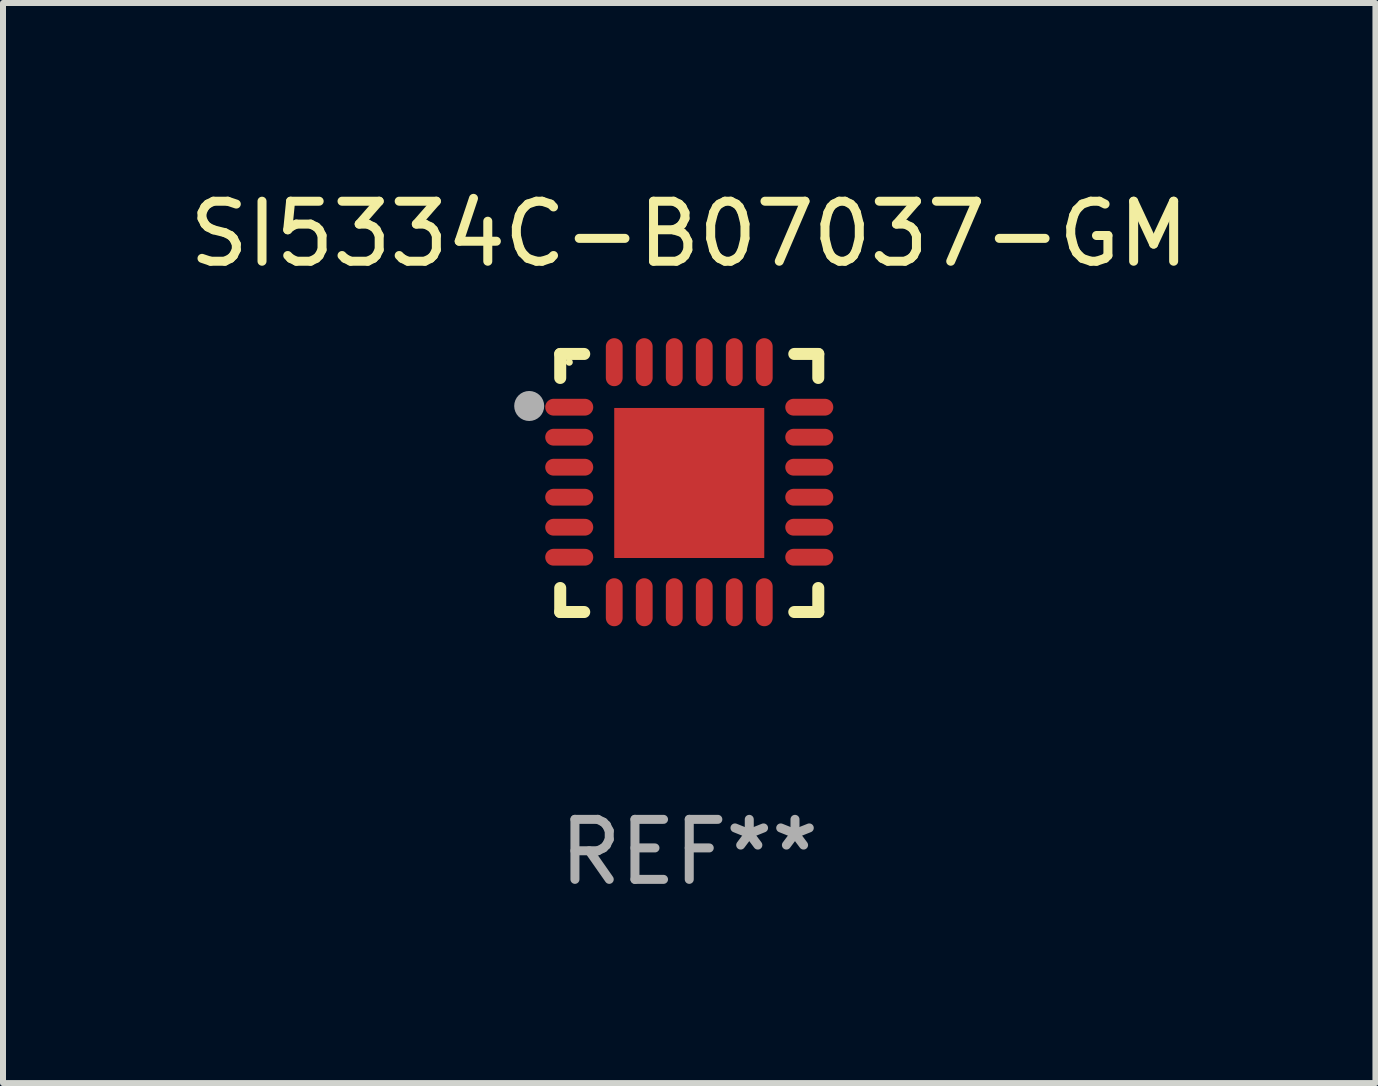
<source format=kicad_pcb>
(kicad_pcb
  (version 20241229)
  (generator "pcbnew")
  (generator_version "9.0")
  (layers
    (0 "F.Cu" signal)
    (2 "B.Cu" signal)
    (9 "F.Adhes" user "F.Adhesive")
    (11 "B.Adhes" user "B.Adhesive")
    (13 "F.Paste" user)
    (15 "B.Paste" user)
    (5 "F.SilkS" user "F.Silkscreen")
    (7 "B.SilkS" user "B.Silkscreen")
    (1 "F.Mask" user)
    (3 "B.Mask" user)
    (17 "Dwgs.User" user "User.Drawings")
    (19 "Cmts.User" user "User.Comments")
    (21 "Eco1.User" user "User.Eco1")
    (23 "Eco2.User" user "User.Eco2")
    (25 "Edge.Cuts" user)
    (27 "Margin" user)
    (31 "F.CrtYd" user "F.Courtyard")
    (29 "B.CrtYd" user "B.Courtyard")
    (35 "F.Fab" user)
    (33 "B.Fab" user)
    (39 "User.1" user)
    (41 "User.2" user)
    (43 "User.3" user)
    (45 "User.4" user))
  (footprint "SI5334C-B07037-GM"
    (layer "F.Cu")
    (at 8.435 4.998)
    (property "Reference" "SI5334C-B07037-GM" (at 0 -4.15 0) (layer "F.SilkS") (effects (font (size 1 1) (thickness 0.15))))
    (attr through_hole)
    (fp_line (start -2.15 -2.15) (end -1.75 -2.15) (stroke (width 0.2) (type solid)) (layer "F.SilkS"))
    (fp_line (start -2.15 -1.75) (end -2.15 -2.15) (stroke (width 0.2) (type solid)) (layer "F.SilkS"))
    (fp_line (start -2.15 2.15) (end -2.15 1.75) (stroke (width 0.2) (type solid)) (layer "F.SilkS"))
    (fp_line (start -1.75 2.15) (end -2.15 2.15) (stroke (width 0.2) (type solid)) (layer "F.SilkS"))
    (fp_line (start 1.75 -2.15) (end 2.15 -2.15) (stroke (width 0.2) (type solid)) (layer "F.SilkS"))
    (fp_line (start 1.75 2.15) (end 2.15 2.15) (stroke (width 0.2) (type solid)) (layer "F.SilkS"))
    (fp_line (start 2.15 -2.15) (end 2.15 -1.75) (stroke (width 0.2) (type solid)) (layer "F.SilkS"))
    (fp_line (start 2.15 2.15) (end 2.15 1.75) (stroke (width 0.2) (type solid)) (layer "F.SilkS"))
    (fp_circle (center -2 -2.013) (end -1.97 -2.013) (stroke (width 0.06) (type solid)) (fill no) (layer "F.SilkS"))
    (fp_circle (center -2.667 -1.283) (end -2.542 -1.283) (stroke (width 0.25) (type solid)) (fill no) (layer "F.Fab"))
    (fp_text user "REF**" (at 0 6.15 0) (layer "F.Fab") (effects (font (size 1 1) (thickness 0.15))))
    (pad "1" smd oval (at -2 -1.263) (size 0.8 0.28) (layers "F.Cu" "F.Mask" "F.Paste"))
    (pad "2" smd oval (at -2 -0.763) (size 0.8 0.28) (layers "F.Cu" "F.Mask" "F.Paste"))
    (pad "3" smd oval (at -2 -0.263) (size 0.8 0.28) (layers "F.Cu" "F.Mask" "F.Paste"))
    (pad "4" smd oval (at -2 0.237) (size 0.8 0.28) (layers "F.Cu" "F.Mask" "F.Paste"))
    (pad "5" smd oval (at -2 0.737) (size 0.8 0.28) (layers "F.Cu" "F.Mask" "F.Paste"))
    (pad "6" smd oval (at -2 1.237) (size 0.8 0.28) (layers "F.Cu" "F.Mask" "F.Paste"))
    (pad "7" smd oval (at -1.25 1.987) (size 0.28 0.8) (layers "F.Cu" "F.Mask" "F.Paste"))
    (pad "8" smd oval (at -0.75 1.987) (size 0.28 0.8) (layers "F.Cu" "F.Mask" "F.Paste"))
    (pad "9" smd oval (at -0.25 1.987) (size 0.28 0.8) (layers "F.Cu" "F.Mask" "F.Paste"))
    (pad "10" smd oval (at 0.25 1.987) (size 0.28 0.8) (layers "F.Cu" "F.Mask" "F.Paste"))
    (pad "11" smd oval (at 0.75 1.987) (size 0.28 0.8) (layers "F.Cu" "F.Mask" "F.Paste"))
    (pad "12" smd oval (at 1.25 1.987) (size 0.28 0.8) (layers "F.Cu" "F.Mask" "F.Paste"))
    (pad "13" smd oval (at 2 1.237) (size 0.8 0.28) (layers "F.Cu" "F.Mask" "F.Paste"))
    (pad "14" smd oval (at 2 0.737) (size 0.8 0.28) (layers "F.Cu" "F.Mask" "F.Paste"))
    (pad "15" smd oval (at 2 0.237) (size 0.8 0.28) (layers "F.Cu" "F.Mask" "F.Paste"))
    (pad "16" smd oval (at 2 -0.263) (size 0.8 0.28) (layers "F.Cu" "F.Mask" "F.Paste"))
    (pad "17" smd oval (at 2 -0.763) (size 0.8 0.28) (layers "F.Cu" "F.Mask" "F.Paste"))
    (pad "18" smd oval (at 2 -1.263) (size 0.8 0.28) (layers "F.Cu" "F.Mask" "F.Paste"))
    (pad "19" smd oval (at 1.25 -2.013) (size 0.28 0.8) (layers "F.Cu" "F.Mask" "F.Paste"))
    (pad "20" smd oval (at 0.75 -2.013) (size 0.28 0.8) (layers "F.Cu" "F.Mask" "F.Paste"))
    (pad "21" smd oval (at 0.25 -2.013) (size 0.28 0.8) (layers "F.Cu" "F.Mask" "F.Paste"))
    (pad "22" smd oval (at -0.25 -2.013) (size 0.28 0.8) (layers "F.Cu" "F.Mask" "F.Paste"))
    (pad "23" smd oval (at -0.75 -2.013) (size 0.28 0.8) (layers "F.Cu" "F.Mask" "F.Paste"))
    (pad "24" smd oval (at -1.25 -2.013) (size 0.28 0.8) (layers "F.Cu" "F.Mask" "F.Paste"))
    (pad "25" smd rect (at -0.000127 -0.00014) (size 2.5 2.5) (layers "F.Cu" "F.Mask" "F.Paste")))
  (gr_rect
    (start -3 -3)
    (end 19.869 14.997)
    (stroke (width 0.1) (type default))
    (fill no)
    (layer "Edge.Cuts")))
</source>
